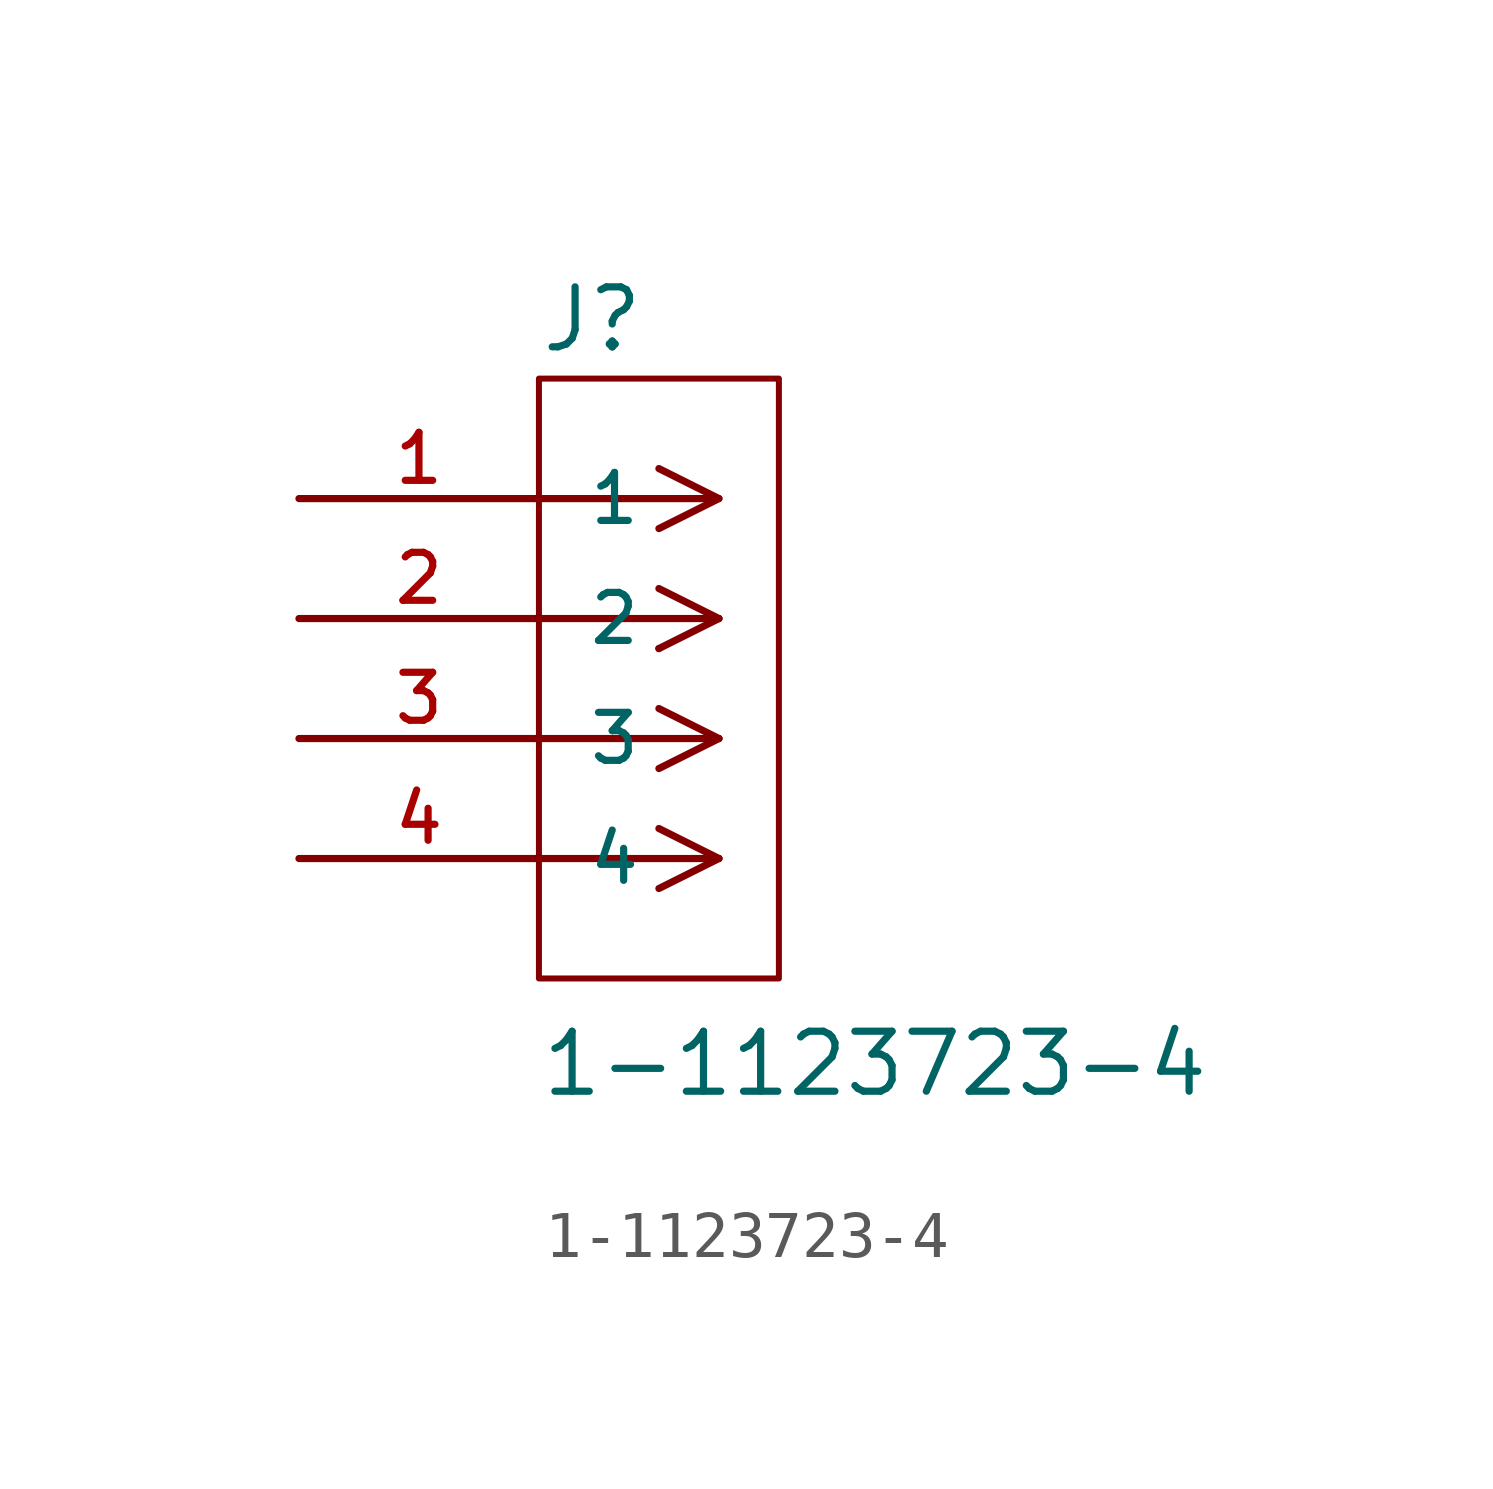
<source format=kicad_sym>
(kicad_symbol_lib
  (version 20220914)
  (generator kicad_symbol_editor)
  (symbol "1-1123723-4"
    (pin_names
      (offset 1.016))
    (property "Reference" "J"
      (at -2.54 8.129 0)
      (effects (font (size 1.27 1.27)) (justify left bottom)))
    (property "Value" "1-1123723-4"
      (at -2.543 -7.63 0)
      (effects (font (size 1.27 1.27)) (justify left bottom)))
    (symbol "1-1123723-4_1_0"
      (rectangle (start -2.54 7.62) (end 2.54 -5.08) (stroke (width 0.127) (type default)) (fill (type none)))
      (polyline (pts (xy -2.54 -2.54) (xy 1.27 -2.54)) (stroke (width 0) (type default)) (fill (type none)))
      (polyline (pts (xy -2.54 0) (xy 1.27 0)) (stroke (width 0) (type default)) (fill (type none)))
      (polyline (pts (xy -2.54 2.54) (xy 1.27 2.54)) (stroke (width 0) (type default)) (fill (type none)))
      (polyline (pts (xy 0 1.905) (xy 0 1.905)) (stroke (width 0) (type default)) (fill (type none)))
      (polyline (pts (xy 1.27 -2.54) (xy 0 -3.175)) (stroke (width 0) (type default)) (fill (type none)))
      (polyline (pts (xy 1.27 -2.54) (xy 0 -1.905)) (stroke (width 0) (type default)) (fill (type none)))
      (polyline (pts (xy 1.27 0) (xy 0 -0.635)) (stroke (width 0) (type default)) (fill (type none)))
      (polyline (pts (xy 1.27 0) (xy 0 0.635)) (stroke (width 0) (type default)) (fill (type none)))
      (polyline (pts (xy 1.27 2.54) (xy 0 1.905)) (stroke (width 0) (type default)) (fill (type none)))
      (polyline (pts (xy 1.27 2.54) (xy 0 3.175)) (stroke (width 0) (type default)) (fill (type none)))
      (polyline (pts (xy 1.27 5.08) (xy 0 4.445)) (stroke (width 0) (type default)) (fill (type none)))
      (polyline (pts (xy -2.54 5.08) (xy 1.27 5.08) (xy 0 5.715)) (stroke (width 0) (type default)) (fill (type none)))
      (pin passive line (at -7.62 5.08 0) (length 5.08) (name "1" (effects (font (size 1.016 1.016)))) (number "1" (effects (font (size 1.016 1.016)))))
      (pin passive line (at -7.62 2.54 0) (length 5.08) (name "2" (effects (font (size 1.016 1.016)))) (number "2" (effects (font (size 1.016 1.016)))))
      (pin passive line (at -7.62 0 0) (length 5.08) (name "3" (effects (font (size 1.016 1.016)))) (number "3" (effects (font (size 1.016 1.016)))))
      (pin passive line (at -7.62 -2.54 0) (length 5.08) (name "4" (effects (font (size 1.016 1.016)))) (number "4" (effects (font (size 1.016 1.016))))))))
</source>
